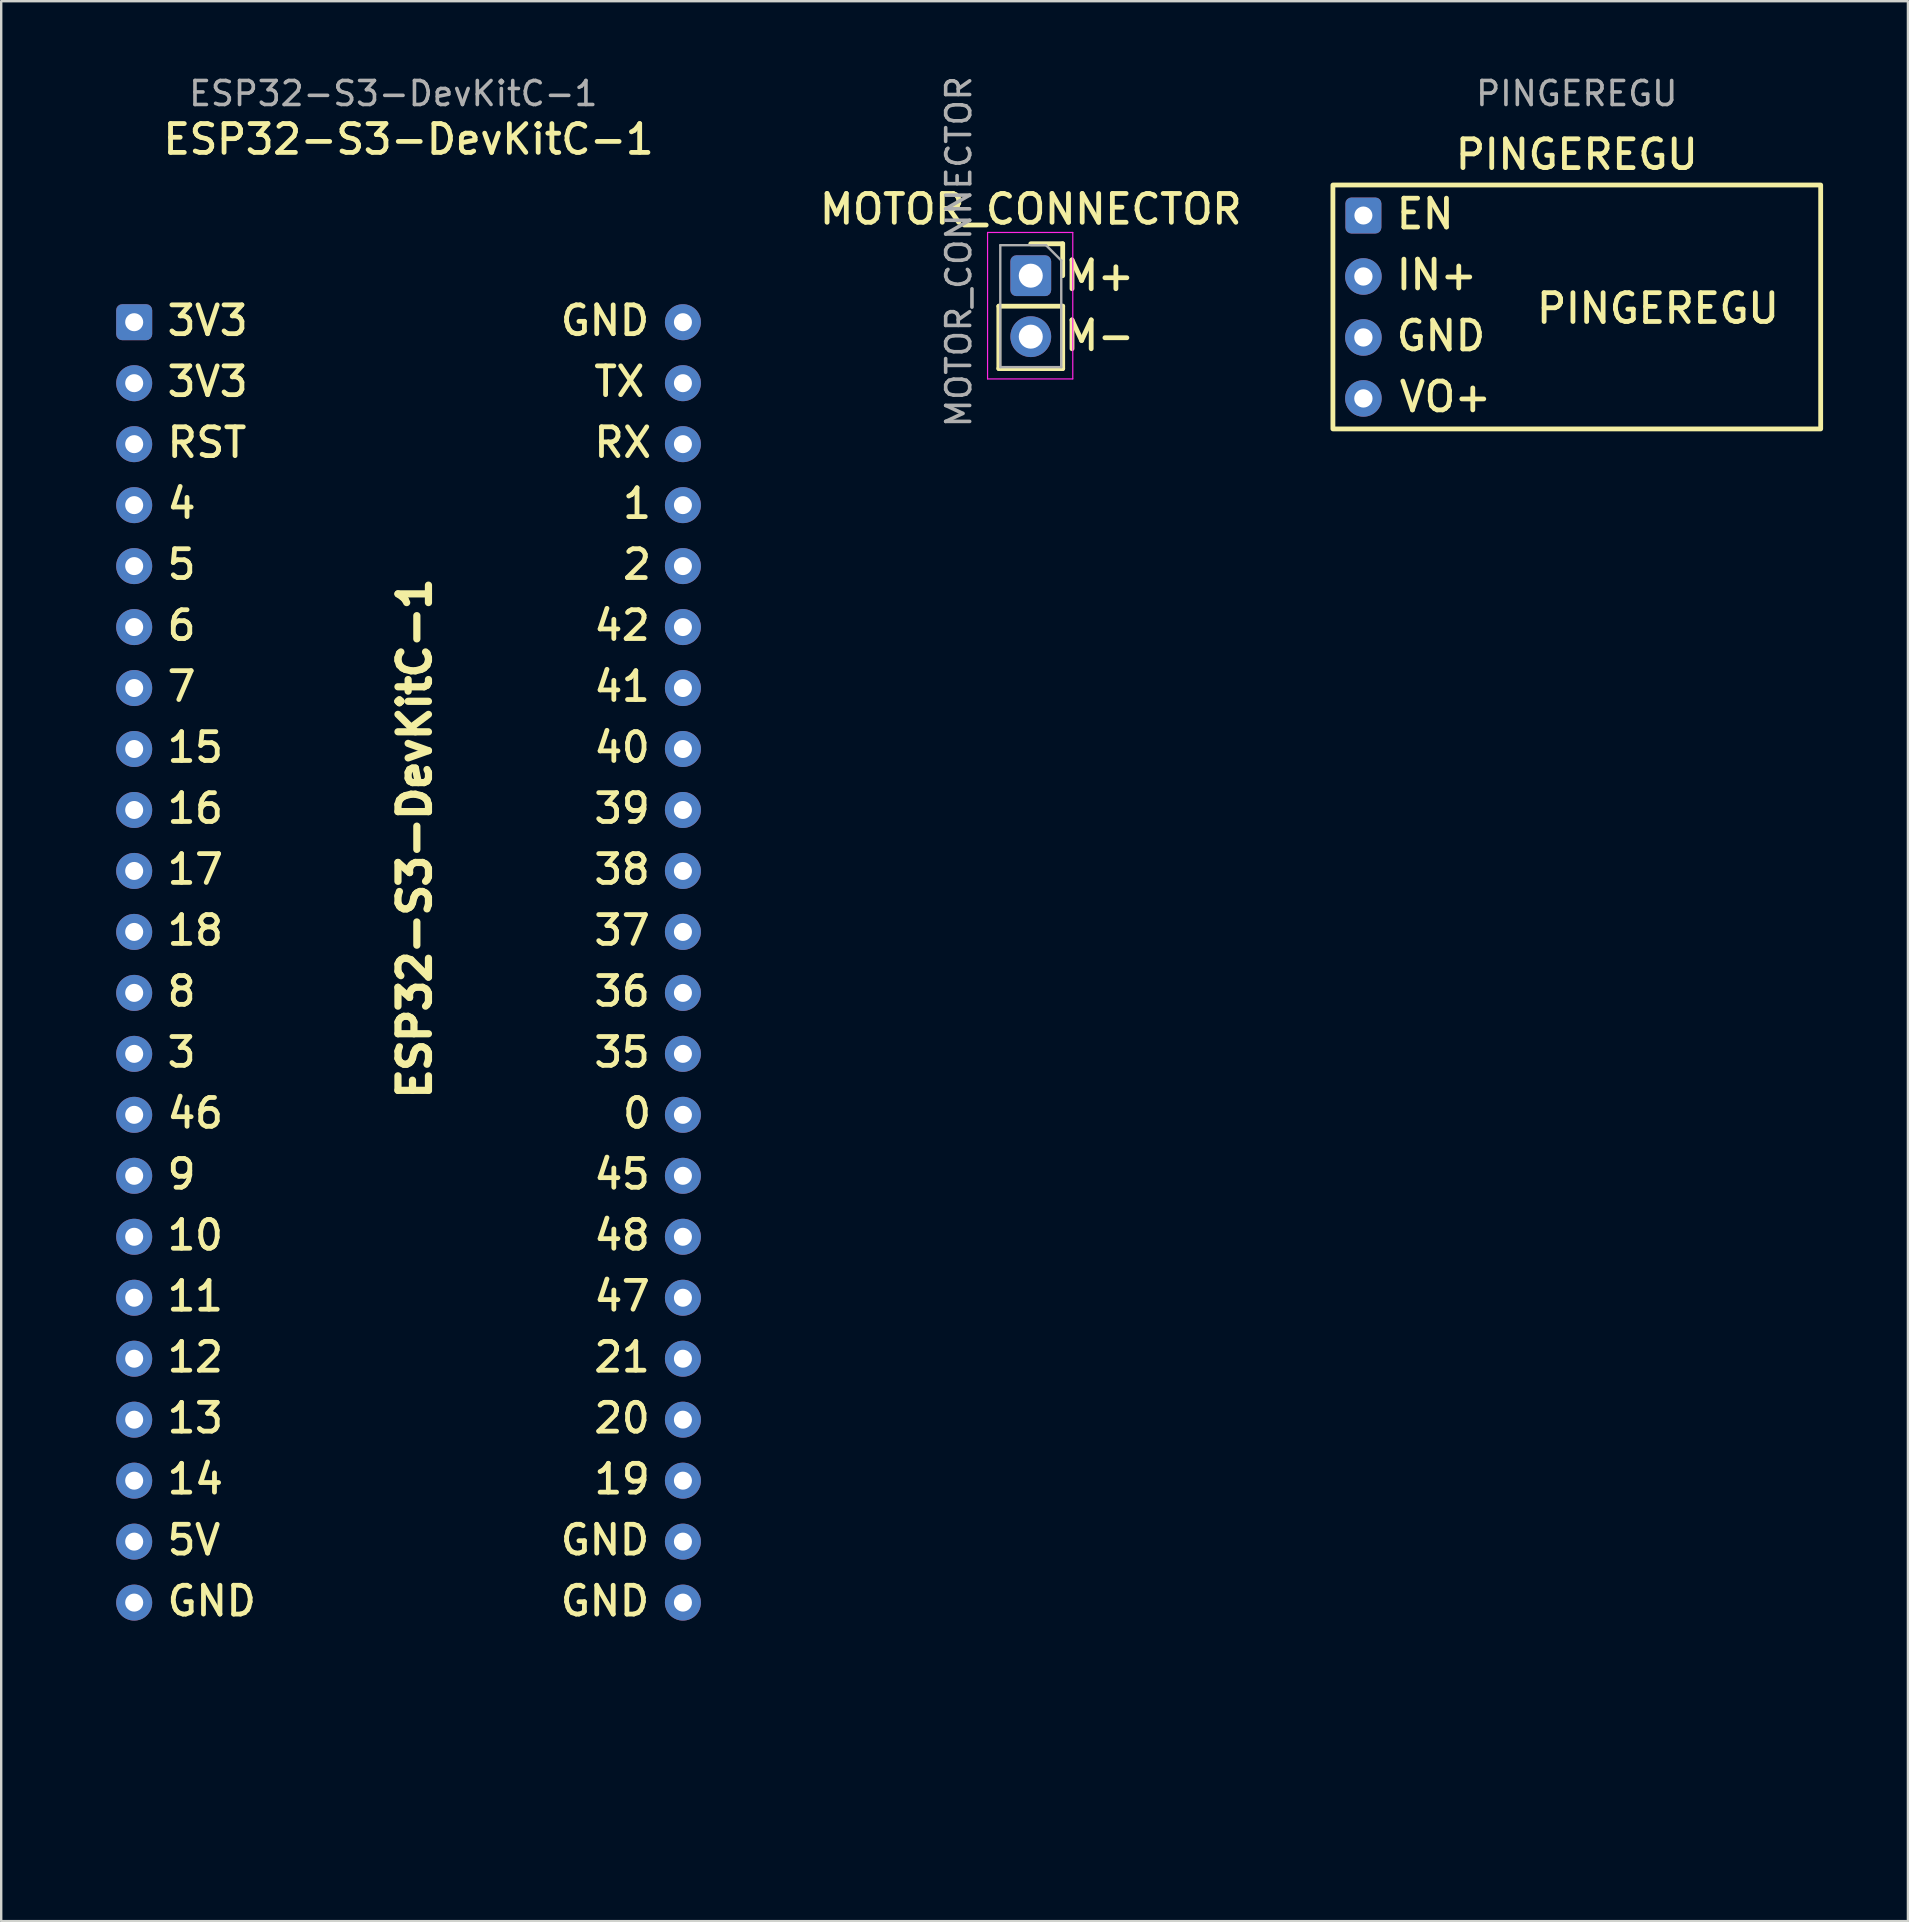
<source format=kicad_pcb>
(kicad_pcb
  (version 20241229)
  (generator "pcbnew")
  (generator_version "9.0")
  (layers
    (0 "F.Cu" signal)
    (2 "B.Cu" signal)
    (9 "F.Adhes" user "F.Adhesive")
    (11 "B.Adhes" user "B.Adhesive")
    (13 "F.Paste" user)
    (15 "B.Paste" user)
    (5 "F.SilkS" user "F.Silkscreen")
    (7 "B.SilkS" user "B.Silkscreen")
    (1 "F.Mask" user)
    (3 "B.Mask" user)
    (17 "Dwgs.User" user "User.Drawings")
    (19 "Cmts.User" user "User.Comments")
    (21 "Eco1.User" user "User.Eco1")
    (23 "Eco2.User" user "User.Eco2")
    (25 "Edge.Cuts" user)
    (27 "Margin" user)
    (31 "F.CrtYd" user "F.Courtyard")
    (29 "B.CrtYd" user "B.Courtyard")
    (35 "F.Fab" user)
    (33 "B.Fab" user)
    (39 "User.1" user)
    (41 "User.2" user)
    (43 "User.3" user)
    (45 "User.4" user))
  (footprint "MOTOR_CONNECTOR"
    (layer "F.Cu")
    (at 39.891 8.435)
    (property "Reference" "MOTOR_CONNECTOR" (at 0 -2.77 0) (layer "F.SilkS") (effects (font (size 1.2 1.2) (thickness 0.2) (bold yes))))
    (attr through_hole)
    (fp_line (start -1.33 1.27) (end -1.33 3.87) (stroke (width 0.2) (type solid)) (layer "F.SilkS"))
    (fp_line (start -1.33 1.27) (end 1.33 1.27) (stroke (width 0.2) (type solid)) (layer "F.SilkS"))
    (fp_line (start -1.33 3.87) (end 1.33 3.87) (stroke (width 0.2) (type solid)) (layer "F.SilkS"))
    (fp_line (start 0 -1.33) (end 1.33 -1.33) (stroke (width 0.2) (type solid)) (layer "F.SilkS"))
    (fp_line (start 1.33 -1.33) (end 1.33 0) (stroke (width 0.2) (type solid)) (layer "F.SilkS"))
    (fp_line (start 1.33 1.27) (end 1.33 3.87) (stroke (width 0.2) (type solid)) (layer "F.SilkS"))
    (fp_line (start -1.8 -1.8) (end 1.75 -1.8) (stroke (width 0.05) (type solid)) (layer "F.CrtYd"))
    (fp_line (start -1.8 4.3) (end -1.8 -1.8) (stroke (width 0.05) (type solid)) (layer "F.CrtYd"))
    (fp_line (start 1.75 -1.8) (end 1.75 4.3) (stroke (width 0.05) (type solid)) (layer "F.CrtYd"))
    (fp_line (start 1.75 4.3) (end -1.8 4.3) (stroke (width 0.05) (type solid)) (layer "F.CrtYd"))
    (fp_line (start -1.27 -1.27) (end 0.635 -1.27) (stroke (width 0.1) (type solid)) (layer "F.Fab"))
    (fp_line (start -1.27 3.81) (end -1.27 -1.27) (stroke (width 0.1) (type solid)) (layer "F.Fab"))
    (fp_line (start 0.635 -1.27) (end 1.27 -0.635) (stroke (width 0.1) (type solid)) (layer "F.Fab"))
    (fp_line (start 1.27 -0.635) (end 1.27 3.81) (stroke (width 0.1) (type solid)) (layer "F.Fab"))
    (fp_line (start 1.27 3.81) (end -1.27 3.81) (stroke (width 0.1) (type solid)) (layer "F.Fab"))
    (fp_text user "M-" (at 1.3 3.2 0) (unlocked yes) (layer "F.SilkS") (effects (font (size 1.2 1.2) (thickness 0.2) (bold yes)) (justify left bottom)))
    (fp_text user "M+" (at 1.3 0.7 0) (unlocked yes) (layer "F.SilkS") (effects (font (size 1.2 1.2) (thickness 0.2) (bold yes)) (justify left bottom)))
    (fp_text user "${REFERENCE}" (at -3 -1 90) (layer "F.Fab") (effects (font (size 1 1) (thickness 0.15))))
    (pad "1" thru_hole roundrect (at 0 0) (size 1.7 1.7) (drill 1) (layers "*.Cu" "*.Mask") (roundrect_rratio 0.147))
    (pad "2" thru_hole oval (at 0 2.54) (size 1.7 1.7) (drill 1) (layers "*.Cu" "*.Mask")))
  (footprint "PINGEREGU"
    (layer "F.Cu")
    (at 53.748 5.928)
    (property "Reference" "PINGEREGU" (at 8.89 -2.54 0) (unlocked yes) (layer "F.SilkS") (effects (font (size 1.2 1.2) (thickness 0.2) (bold yes))))
    (attr through_hole)
    (fp_rect (start -1.27 -1.27) (end 19.05 8.89) (stroke (width 0.2) (type default)) (fill no) (layer "F.SilkS"))
    (fp_text user "VO+" (at 1.397 8.255 0) (unlocked yes) (layer "F.SilkS") (effects (font (size 1.2 1.2) (thickness 0.2) (bold yes)) (justify left bottom)))
    (fp_text user "GND" (at 1.27 5.715 0) (unlocked yes) (layer "F.SilkS") (effects (font (size 1.2 1.2) (thickness 0.2) (bold yes)) (justify left bottom)))
    (fp_text user "PINGEREGU" (at 7.112 4.572 0) (unlocked yes) (layer "F.SilkS") (effects (font (size 1.2 1.2) (thickness 0.2) (bold yes)) (justify left bottom)))
    (fp_text user "IN+" (at 1.27 3.175 0) (unlocked yes) (layer "F.SilkS") (effects (font (size 1.2 1.2) (thickness 0.2) (bold yes)) (justify left bottom)))
    (fp_text user "EN" (at 1.27 0.635 0) (unlocked yes) (layer "F.SilkS") (effects (font (size 1.2 1.2) (thickness 0.2) (bold yes)) (justify left bottom)))
    (fp_text user "${REFERENCE}" (at 8.89 -5.08 0) (unlocked yes) (layer "F.Fab") (effects (font (size 1 1) (thickness 0.15))))
    (pad "1" thru_hole roundrect (at 0 0) (size 1.5 1.5) (drill 0.75) (layers "*.Cu" "*.Mask") (roundrect_rratio 0.167))
    (pad "2" thru_hole circle (at 0 2.54) (size 1.524 1.524) (drill 0.762) (layers "*.Cu" "*.Mask"))
    (pad "3" thru_hole circle (at 0 5.08) (size 1.524 1.524) (drill 0.762) (layers "*.Cu" "*.Mask"))
    (pad "4" thru_hole circle (at 0 7.62) (size 1.524 1.524) (drill 0.762) (layers "*.Cu" "*.Mask"))
    (zone (net_name "") (layers "*.CrtYd") (hatch edge 0.5) (connect_pads) (min_thickness 0.25) (filled_areas_thickness no) (keepout (tracks allowed) (vias allowed) (pads allowed) (copperpour allowed) (footprints not_allowed)) (placement (enabled no)) (fill) (polygon (pts (xy 51.843 4.023) (xy 73.433 4.023) (xy 73.433 15.453) (xy 51.843 15.453)))))
  (footprint "ESP32-S3-DevKitC-1"
    (layer "F.Cu")
    (at 13.97 10.373)
    (property "Reference" "ESP32-S3-DevKitC-1" (at 0 -7.62 0) (unlocked yes) (layer "F.SilkS") (effects (font (size 1.2 1.2) (thickness 0.2))))
    (attr through_hole)
    (fp_text user "12" (at -10.16 43.815 0) (unlocked yes) (layer "F.SilkS") (effects (font (size 1.2 1.2) (thickness 0.2) (bold yes)) (justify left bottom)))
    (fp_text user "ESP32-S3-DevKitC-1" (at 1 32.5 90) (unlocked yes) (layer "F.SilkS") (effects (font (size 1.27 1.27) (thickness 0.3) (bold yes)) (justify left bottom)))
    (fp_text user "4" (at -10.16 8.255 0) (unlocked yes) (layer "F.SilkS") (effects (font (size 1.2 1.2) (thickness 0.2) (bold yes)) (justify left bottom)))
    (fp_text user "47" (at 7.62 41.275 0) (unlocked yes) (layer "F.SilkS") (effects (font (size 1.2 1.2) (thickness 0.2) (bold yes)) (justify left bottom)))
    (fp_text user "15" (at -10.16 18.415 0) (unlocked yes) (layer "F.SilkS") (effects (font (size 1.2 1.2) (thickness 0.2) (bold yes)) (justify left bottom)))
    (fp_text user "38" (at 7.62 23.495 0) (unlocked yes) (layer "F.SilkS") (effects (font (size 1.2 1.2) (thickness 0.2) (bold yes)) (justify left bottom)))
    (fp_text user "36" (at 7.62 28.575 0) (unlocked yes) (layer "F.SilkS") (effects (font (size 1.2 1.2) (thickness 0.2) (bold yes)) (justify left bottom)))
    (fp_text user "RST" (at -10.16 5.715 0) (unlocked yes) (layer "F.SilkS") (effects (font (size 1.2 1.2) (thickness 0.2) (bold yes)) (justify left bottom)))
    (fp_text user "21" (at 7.62 43.815 0) (unlocked yes) (layer "F.SilkS") (effects (font (size 1.2 1.2) (thickness 0.2) (bold yes)) (justify left bottom)))
    (fp_text user "5V" (at -10.16 51.435 0) (unlocked yes) (layer "F.SilkS") (effects (font (size 1.2 1.2) (thickness 0.2) (bold yes)) (justify left bottom)))
    (fp_text user "3V3" (at -10.16 0.635 0) (unlocked yes) (layer "F.SilkS") (effects (font (size 1.2 1.2) (thickness 0.2) (bold yes)) (justify left bottom)))
    (fp_text user "48" (at 7.62 38.735 0) (unlocked yes) (layer "F.SilkS") (effects (font (size 1.2 1.2) (thickness 0.2) (bold yes)) (justify left bottom)))
    (fp_text user "GND" (at 6.223 0.635 0) (unlocked yes) (layer "F.SilkS") (effects (font (size 1.2 1.2) (thickness 0.2) (bold yes)) (justify left bottom)))
    (fp_text user "39" (at 7.62 20.955 0) (unlocked yes) (layer "F.SilkS") (effects (font (size 1.2 1.2) (thickness 0.2) (bold yes)) (justify left bottom)))
    (fp_text user "10" (at -10.16 38.735 0) (unlocked yes) (layer "F.SilkS") (effects (font (size 1.2 1.2) (thickness 0.2) (bold yes)) (justify left bottom)))
    (fp_text user "9" (at -10.16 36.195 0) (unlocked yes) (layer "F.SilkS") (effects (font (size 1.2 1.2) (thickness 0.2) (bold yes)) (justify left bottom)))
    (fp_text user "7" (at -10.16 15.875 0) (unlocked yes) (layer "F.SilkS") (effects (font (size 1.2 1.2) (thickness 0.2) (bold yes)) (justify left bottom)))
    (fp_text user "6" (at -10.16 13.335 0) (unlocked yes) (layer "F.SilkS") (effects (font (size 1.2 1.2) (thickness 0.2) (bold yes)) (justify left bottom)))
    (fp_text user "5" (at -10.16 10.795 0) (unlocked yes) (layer "F.SilkS") (effects (font (size 1.2 1.2) (thickness 0.2) (bold yes)) (justify left bottom)))
    (fp_text user "1" (at 8.814 8.255 0) (unlocked yes) (layer "F.SilkS") (effects (font (size 1.2 1.2) (thickness 0.2) (bold yes)) (justify left bottom)))
    (fp_text user "16" (at -10.16 20.955 0) (unlocked yes) (layer "F.SilkS") (effects (font (size 1.2 1.2) (thickness 0.2) (bold yes)) (justify left bottom)))
    (fp_text user "0" (at 8.814 33.655 0) (unlocked yes) (layer "F.SilkS") (effects (font (size 1.2 1.2) (thickness 0.2) (bold yes)) (justify left bottom)))
    (fp_text user "GND" (at -10.16 53.975 0) (unlocked yes) (layer "F.SilkS") (effects (font (size 1.2 1.2) (thickness 0.2) (bold yes)) (justify left bottom)))
    (fp_text user "3" (at -10.16 31.115 0) (unlocked yes) (layer "F.SilkS") (effects (font (size 1.2 1.2) (thickness 0.2) (bold yes)) (justify left bottom)))
    (fp_text user "11" (at -10.16 41.275 0) (unlocked yes) (layer "F.SilkS") (effects (font (size 1.2 1.2) (thickness 0.2) (bold yes)) (justify left bottom)))
    (fp_text user "RX" (at 7.62 5.715 0) (unlocked yes) (layer "F.SilkS") (effects (font (size 1.2 1.2) (thickness 0.2) (bold yes)) (justify left bottom)))
    (fp_text user "13" (at -10.16 46.355 0) (unlocked yes) (layer "F.SilkS") (effects (font (size 1.2 1.2) (thickness 0.2) (bold yes)) (justify left bottom)))
    (fp_text user "35" (at 7.62 31.115 0) (unlocked yes) (layer "F.SilkS") (effects (font (size 1.2 1.2) (thickness 0.2) (bold yes)) (justify left bottom)))
    (fp_text user "40" (at 7.62 18.415 0) (unlocked yes) (layer "F.SilkS") (effects (font (size 1.2 1.2) (thickness 0.2) (bold yes)) (justify left bottom)))
    (fp_text user "3V3" (at -10.16 3.175 0) (unlocked yes) (layer "F.SilkS") (effects (font (size 1.2 1.2) (thickness 0.2) (bold yes)) (justify left bottom)))
    (fp_text user "37" (at 7.62 26.035 0) (unlocked yes) (layer "F.SilkS") (effects (font (size 1.2 1.2) (thickness 0.2) (bold yes)) (justify left bottom)))
    (fp_text user "TX" (at 7.62 3.175 0) (unlocked yes) (layer "F.SilkS") (effects (font (size 1.2 1.2) (thickness 0.2) (bold yes)) (justify left bottom)))
    (fp_text user "20" (at 7.62 46.355 0) (unlocked yes) (layer "F.SilkS") (effects (font (size 1.2 1.2) (thickness 0.2) (bold yes)) (justify left bottom)))
    (fp_text user "45" (at 7.62 36.195 0) (unlocked yes) (layer "F.SilkS") (effects (font (size 1.2 1.2) (thickness 0.2) (bold yes)) (justify left bottom)))
    (fp_text user "18" (at -10.16 26.035 0) (unlocked yes) (layer "F.SilkS") (effects (font (size 1.2 1.2) (thickness 0.2) (bold yes)) (justify left bottom)))
    (fp_text user "42" (at 7.62 13.335 0) (unlocked yes) (layer "F.SilkS") (effects (font (size 1.2 1.2) (thickness 0.2) (bold yes)) (justify left bottom)))
    (fp_text user "46" (at -10.16 33.655 0) (unlocked yes) (layer "F.SilkS") (effects (font (size 1.2 1.2) (thickness 0.2) (bold yes)) (justify left bottom)))
    (fp_text user "14" (at -10.16 48.895 0) (unlocked yes) (layer "F.SilkS") (effects (font (size 1.2 1.2) (thickness 0.2) (bold yes)) (justify left bottom)))
    (fp_text user "GND" (at 6.223 51.435 0) (unlocked yes) (layer "F.SilkS") (effects (font (size 1.2 1.2) (thickness 0.2) (bold yes)) (justify left bottom)))
    (fp_text user "8" (at -10.16 28.575 0) (unlocked yes) (layer "F.SilkS") (effects (font (size 1.2 1.2) (thickness 0.2) (bold yes)) (justify left bottom)))
    (fp_text user "41" (at 7.62 15.875 0) (unlocked yes) (layer "F.SilkS") (effects (font (size 1.2 1.2) (thickness 0.2) (bold yes)) (justify left bottom)))
    (fp_text user "19" (at 7.62 48.895 0) (unlocked yes) (layer "F.SilkS") (effects (font (size 1.2 1.2) (thickness 0.2) (bold yes)) (justify left bottom)))
    (fp_text user "17" (at -10.16 23.495 0) (unlocked yes) (layer "F.SilkS") (effects (font (size 1.2 1.2) (thickness 0.2) (bold yes)) (justify left bottom)))
    (fp_text user "GND" (at 6.223 53.975 0) (unlocked yes) (layer "F.SilkS") (effects (font (size 1.2 1.2) (thickness 0.2) (bold yes)) (justify left bottom)))
    (fp_text user "2" (at 8.814 10.795 0) (unlocked yes) (layer "F.SilkS") (effects (font (size 1.2 1.2) (thickness 0.2) (bold yes)) (justify left bottom)))
    (fp_text user "${REFERENCE}" (at -0.635 -9.525 0) (unlocked yes) (layer "F.Fab") (effects (font (size 1 1) (thickness 0.15))))
    (pad "1" thru_hole roundrect (at -11.43 0) (size 1.5 1.5) (drill 0.75) (layers "*.Cu" "*.Mask") (roundrect_rratio 0.167))
    (pad "2" thru_hole circle (at -11.43 2.54) (size 1.5 1.5) (drill 0.75) (layers "*.Cu" "*.Mask"))
    (pad "3" thru_hole circle (at -11.43 5.08) (size 1.5 1.5) (drill 0.75) (layers "*.Cu" "*.Mask"))
    (pad "4" thru_hole circle (at -11.43 7.62) (size 1.5 1.5) (drill 0.75) (layers "*.Cu" "*.Mask"))
    (pad "5" thru_hole circle (at -11.43 10.16) (size 1.5 1.5) (drill 0.75) (layers "*.Cu" "*.Mask"))
    (pad "6" thru_hole circle (at -11.43 12.7) (size 1.5 1.5) (drill 0.75) (layers "*.Cu" "*.Mask"))
    (pad "7" thru_hole circle (at -11.43 15.24) (size 1.5 1.5) (drill 0.75) (layers "*.Cu" "*.Mask"))
    (pad "8" thru_hole circle (at -11.43 17.78) (size 1.5 1.5) (drill 0.75) (layers "*.Cu" "*.Mask"))
    (pad "9" thru_hole circle (at -11.43 20.32) (size 1.5 1.5) (drill 0.75) (layers "*.Cu" "*.Mask"))
    (pad "10" thru_hole circle (at -11.43 22.86) (size 1.5 1.5) (drill 0.75) (layers "*.Cu" "*.Mask"))
    (pad "11" thru_hole circle (at -11.43 25.4) (size 1.5 1.5) (drill 0.75) (layers "*.Cu" "*.Mask"))
    (pad "12" thru_hole circle (at -11.43 27.94) (size 1.5 1.5) (drill 0.75) (layers "*.Cu" "*.Mask"))
    (pad "13" thru_hole circle (at -11.43 30.48) (size 1.5 1.5) (drill 0.75) (layers "*.Cu" "*.Mask"))
    (pad "14" thru_hole circle (at -11.43 33.02) (size 1.5 1.5) (drill 0.75) (layers "*.Cu" "*.Mask"))
    (pad "15" thru_hole circle (at -11.43 35.56) (size 1.5 1.5) (drill 0.75) (layers "*.Cu" "*.Mask"))
    (pad "16" thru_hole circle (at -11.43 38.1) (size 1.5 1.5) (drill 0.75) (layers "*.Cu" "*.Mask"))
    (pad "17" thru_hole circle (at -11.43 40.64) (size 1.5 1.5) (drill 0.75) (layers "*.Cu" "*.Mask"))
    (pad "18" thru_hole circle (at -11.43 43.18) (size 1.5 1.5) (drill 0.75) (layers "*.Cu" "*.Mask"))
    (pad "19" thru_hole circle (at -11.43 45.72) (size 1.5 1.5) (drill 0.75) (layers "*.Cu" "*.Mask"))
    (pad "20" thru_hole circle (at -11.43 48.26) (size 1.5 1.5) (drill 0.75) (layers "*.Cu" "*.Mask"))
    (pad "21" thru_hole circle (at -11.43 50.8) (size 1.5 1.5) (drill 0.75) (layers "*.Cu" "*.Mask"))
    (pad "22" thru_hole circle (at -11.43 53.34) (size 1.5 1.5) (drill 0.75) (layers "*.Cu" "*.Mask"))
    (pad "23" thru_hole circle (at 11.43 0) (size 1.5 1.5) (drill 0.75) (layers "*.Cu" "*.Mask"))
    (pad "24" thru_hole circle (at 11.43 2.54) (size 1.5 1.5) (drill 0.75) (layers "*.Cu" "*.Mask"))
    (pad "25" thru_hole circle (at 11.43 5.08) (size 1.5 1.5) (drill 0.75) (layers "*.Cu" "*.Mask"))
    (pad "26" thru_hole circle (at 11.43 7.62) (size 1.5 1.5) (drill 0.75) (layers "*.Cu" "*.Mask"))
    (pad "27" thru_hole circle (at 11.43 10.16) (size 1.5 1.5) (drill 0.75) (layers "*.Cu" "*.Mask"))
    (pad "28" thru_hole circle (at 11.43 12.7) (size 1.5 1.5) (drill 0.75) (layers "*.Cu" "*.Mask"))
    (pad "29" thru_hole circle (at 11.43 15.24) (size 1.5 1.5) (drill 0.75) (layers "*.Cu" "*.Mask"))
    (pad "30" thru_hole circle (at 11.43 17.78) (size 1.5 1.5) (drill 0.75) (layers "*.Cu" "*.Mask"))
    (pad "31" thru_hole circle (at 11.43 20.32) (size 1.5 1.5) (drill 0.75) (layers "*.Cu" "*.Mask"))
    (pad "32" thru_hole circle (at 11.43 22.86) (size 1.5 1.5) (drill 0.75) (layers "*.Cu" "*.Mask"))
    (pad "33" thru_hole circle (at 11.43 25.4) (size 1.5 1.5) (drill 0.75) (layers "*.Cu" "*.Mask"))
    (pad "34" thru_hole circle (at 11.43 27.94) (size 1.5 1.5) (drill 0.75) (layers "*.Cu" "*.Mask"))
    (pad "35" thru_hole circle (at 11.43 30.48) (size 1.5 1.5) (drill 0.75) (layers "*.Cu" "*.Mask"))
    (pad "36" thru_hole circle (at 11.43 33.02) (size 1.5 1.5) (drill 0.75) (layers "*.Cu" "*.Mask"))
    (pad "37" thru_hole circle (at 11.43 35.56) (size 1.5 1.5) (drill 0.75) (layers "*.Cu" "*.Mask"))
    (pad "38" thru_hole circle (at 11.43 38.1) (size 1.5 1.5) (drill 0.75) (layers "*.Cu" "*.Mask"))
    (pad "39" thru_hole circle (at 11.43 40.64) (size 1.5 1.5) (drill 0.75) (layers "*.Cu" "*.Mask"))
    (pad "40" thru_hole circle (at 11.43 43.18) (size 1.5 1.5) (drill 0.75) (layers "*.Cu" "*.Mask"))
    (pad "41" thru_hole circle (at 11.43 45.72) (size 1.5 1.5) (drill 0.75) (layers "*.Cu" "*.Mask"))
    (pad "42" thru_hole circle (at 11.43 48.26) (size 1.5 1.5) (drill 0.75) (layers "*.Cu" "*.Mask"))
    (pad "43" thru_hole circle (at 11.43 50.8) (size 1.5 1.5) (drill 0.75) (layers "*.Cu" "*.Mask"))
    (pad "44" thru_hole circle (at 11.43 53.34) (size 1.5 1.5) (drill 0.75) (layers "*.Cu" "*.Mask"))
    (zone (net_name "") (layers "*.CrtYd") (hatch edge 0.5) (connect_pads) (min_thickness 0.25) (filled_areas_thickness no) (keepout (tracks allowed) (vias allowed) (pads allowed) (copperpour allowed) (footprints not_allowed)) (placement (enabled no)) (fill) (polygon (pts (xy 0 8.468) (xy 27.94 8.468) (xy 27.94 73.983) (xy 0 73.983)))))
  (gr_rect
    (start -3 -3)
    (end 76.433 76.983)
    (stroke (width 0.1) (type default))
    (fill no)
    (layer "Edge.Cuts")))
</source>
